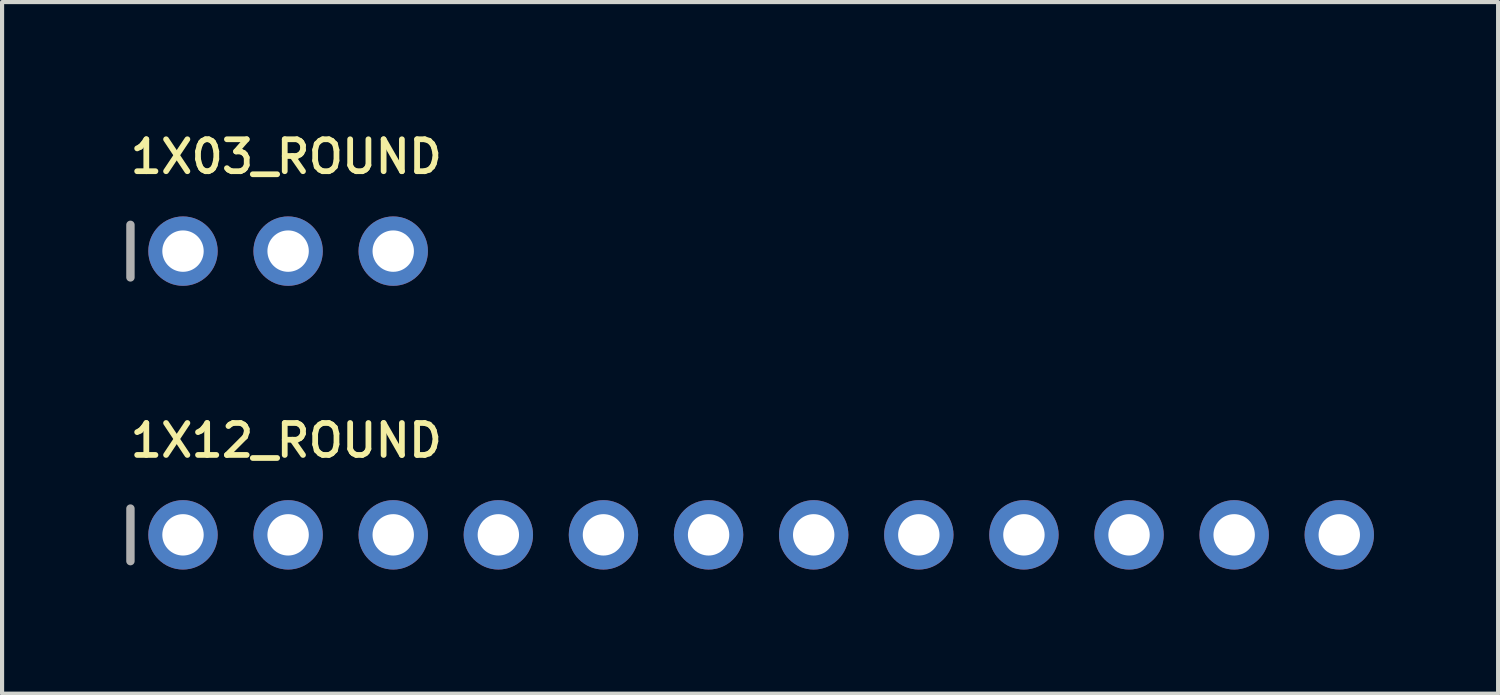
<source format=kicad_pcb>
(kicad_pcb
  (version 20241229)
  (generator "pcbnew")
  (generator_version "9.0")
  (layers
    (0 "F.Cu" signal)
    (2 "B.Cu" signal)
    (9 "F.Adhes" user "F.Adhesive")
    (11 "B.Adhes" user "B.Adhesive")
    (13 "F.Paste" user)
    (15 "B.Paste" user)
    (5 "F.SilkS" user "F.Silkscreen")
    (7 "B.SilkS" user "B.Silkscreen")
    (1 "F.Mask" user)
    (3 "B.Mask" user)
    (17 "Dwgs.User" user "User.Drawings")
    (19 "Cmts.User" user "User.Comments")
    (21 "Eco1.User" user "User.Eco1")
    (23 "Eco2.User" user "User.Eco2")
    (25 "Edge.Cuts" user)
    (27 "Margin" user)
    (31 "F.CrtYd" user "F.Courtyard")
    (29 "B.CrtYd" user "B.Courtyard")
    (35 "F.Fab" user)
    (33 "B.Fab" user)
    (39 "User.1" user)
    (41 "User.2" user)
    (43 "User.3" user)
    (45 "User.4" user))
  (footprint "1X03_ROUND"
    (layer "F.Cu")
    (at 3.912 3.018)
    (property "Reference" "1X03_ROUND" (at -3.886 -1.829 0) (layer "F.SilkS") (effects (font (size 0.772 0.772) (thickness 0.139)) (justify left bottom)))
    (attr through_hole)
    (fp_line (start -3.81 -0.635) (end -3.81 0.635) (stroke (width 0.203) (type solid)) (layer "F.Fab"))
    (fp_poly (pts (xy -2.794 0.254) (xy -2.286 0.254) (xy -2.286 -0.254) (xy -2.794 -0.254)) (stroke (width 0.1) (type solid)) (fill no) (layer "F.Fab"))
    (fp_poly (pts (xy -0.254 0.254) (xy 0.254 0.254) (xy 0.254 -0.254) (xy -0.254 -0.254)) (stroke (width 0.1) (type solid)) (fill no) (layer "F.Fab"))
    (fp_poly (pts (xy 2.286 0.254) (xy 2.794 0.254) (xy 2.794 -0.254) (xy 2.286 -0.254)) (stroke (width 0.1) (type solid)) (fill no) (layer "F.Fab"))
    (pad "1" thru_hole circle (at -2.54 0 90) (size 1.676 1.676) (drill 1) (layers "*.Cu" "*.Mask"))
    (pad "2" thru_hole circle (at 0 0 90) (size 1.676 1.676) (drill 1) (layers "*.Cu" "*.Mask"))
    (pad "3" thru_hole circle (at 2.54 0 90) (size 1.676 1.676) (drill 1) (layers "*.Cu" "*.Mask")))
  (footprint "1X12_ROUND"
    (layer "F.Cu")
    (at 15.342 9.874)
    (property "Reference" "1X12_ROUND" (at -15.316 -1.829 0) (layer "F.SilkS") (effects (font (size 0.772 0.772) (thickness 0.139)) (justify left bottom)))
    (attr through_hole)
    (fp_line (start -15.24 -0.635) (end -15.24 0.635) (stroke (width 0.203) (type solid)) (layer "F.Fab"))
    (fp_poly (pts (xy -14.224 0.254) (xy -13.716 0.254) (xy -13.716 -0.254) (xy -14.224 -0.254)) (stroke (width 0.1) (type solid)) (fill no) (layer "F.Fab"))
    (fp_poly (pts (xy -11.684 0.254) (xy -11.176 0.254) (xy -11.176 -0.254) (xy -11.684 -0.254)) (stroke (width 0.1) (type solid)) (fill no) (layer "F.Fab"))
    (fp_poly (pts (xy -9.144 0.254) (xy -8.636 0.254) (xy -8.636 -0.254) (xy -9.144 -0.254)) (stroke (width 0.1) (type solid)) (fill no) (layer "F.Fab"))
    (fp_poly (pts (xy -6.604 0.254) (xy -6.096 0.254) (xy -6.096 -0.254) (xy -6.604 -0.254)) (stroke (width 0.1) (type solid)) (fill no) (layer "F.Fab"))
    (fp_poly (pts (xy -4.064 0.254) (xy -3.556 0.254) (xy -3.556 -0.254) (xy -4.064 -0.254)) (stroke (width 0.1) (type solid)) (fill no) (layer "F.Fab"))
    (fp_poly (pts (xy -1.524 0.254) (xy -1.016 0.254) (xy -1.016 -0.254) (xy -1.524 -0.254)) (stroke (width 0.1) (type solid)) (fill no) (layer "F.Fab"))
    (fp_poly (pts (xy 1.016 0.254) (xy 1.524 0.254) (xy 1.524 -0.254) (xy 1.016 -0.254)) (stroke (width 0.1) (type solid)) (fill no) (layer "F.Fab"))
    (fp_poly (pts (xy 3.556 0.254) (xy 4.064 0.254) (xy 4.064 -0.254) (xy 3.556 -0.254)) (stroke (width 0.1) (type solid)) (fill no) (layer "F.Fab"))
    (fp_poly (pts (xy 6.096 0.254) (xy 6.604 0.254) (xy 6.604 -0.254) (xy 6.096 -0.254)) (stroke (width 0.1) (type solid)) (fill no) (layer "F.Fab"))
    (fp_poly (pts (xy 8.636 0.254) (xy 9.144 0.254) (xy 9.144 -0.254) (xy 8.636 -0.254)) (stroke (width 0.1) (type solid)) (fill no) (layer "F.Fab"))
    (fp_poly (pts (xy 11.176 0.254) (xy 11.684 0.254) (xy 11.684 -0.254) (xy 11.176 -0.254)) (stroke (width 0.1) (type solid)) (fill no) (layer "F.Fab"))
    (fp_poly (pts (xy 13.716 0.254) (xy 14.224 0.254) (xy 14.224 -0.254) (xy 13.716 -0.254)) (stroke (width 0.1) (type solid)) (fill no) (layer "F.Fab"))
    (pad "1" thru_hole circle (at -13.97 0 90) (size 1.676 1.676) (drill 1) (layers "*.Cu" "*.Mask"))
    (pad "2" thru_hole circle (at -11.43 0 90) (size 1.676 1.676) (drill 1) (layers "*.Cu" "*.Mask"))
    (pad "3" thru_hole circle (at -8.89 0 90) (size 1.676 1.676) (drill 1) (layers "*.Cu" "*.Mask"))
    (pad "4" thru_hole circle (at -6.35 0 90) (size 1.676 1.676) (drill 1) (layers "*.Cu" "*.Mask"))
    (pad "5" thru_hole circle (at -3.81 0 90) (size 1.676 1.676) (drill 1) (layers "*.Cu" "*.Mask"))
    (pad "6" thru_hole circle (at -1.27 0 90) (size 1.676 1.676) (drill 1) (layers "*.Cu" "*.Mask"))
    (pad "7" thru_hole circle (at 1.27 0 90) (size 1.676 1.676) (drill 1) (layers "*.Cu" "*.Mask"))
    (pad "8" thru_hole circle (at 3.81 0 90) (size 1.676 1.676) (drill 1) (layers "*.Cu" "*.Mask"))
    (pad "9" thru_hole circle (at 6.35 0 90) (size 1.676 1.676) (drill 1) (layers "*.Cu" "*.Mask"))
    (pad "10" thru_hole circle (at 8.89 0 90) (size 1.676 1.676) (drill 1) (layers "*.Cu" "*.Mask"))
    (pad "11" thru_hole circle (at 11.43 0 90) (size 1.676 1.676) (drill 1) (layers "*.Cu" "*.Mask"))
    (pad "12" thru_hole circle (at 13.97 0 90) (size 1.676 1.676) (drill 1) (layers "*.Cu" "*.Mask")))
  (gr_rect
    (start -3 -3)
    (end 33.15 13.712)
    (stroke (width 0.1) (type default))
    (fill no)
    (layer "Edge.Cuts")))
</source>
